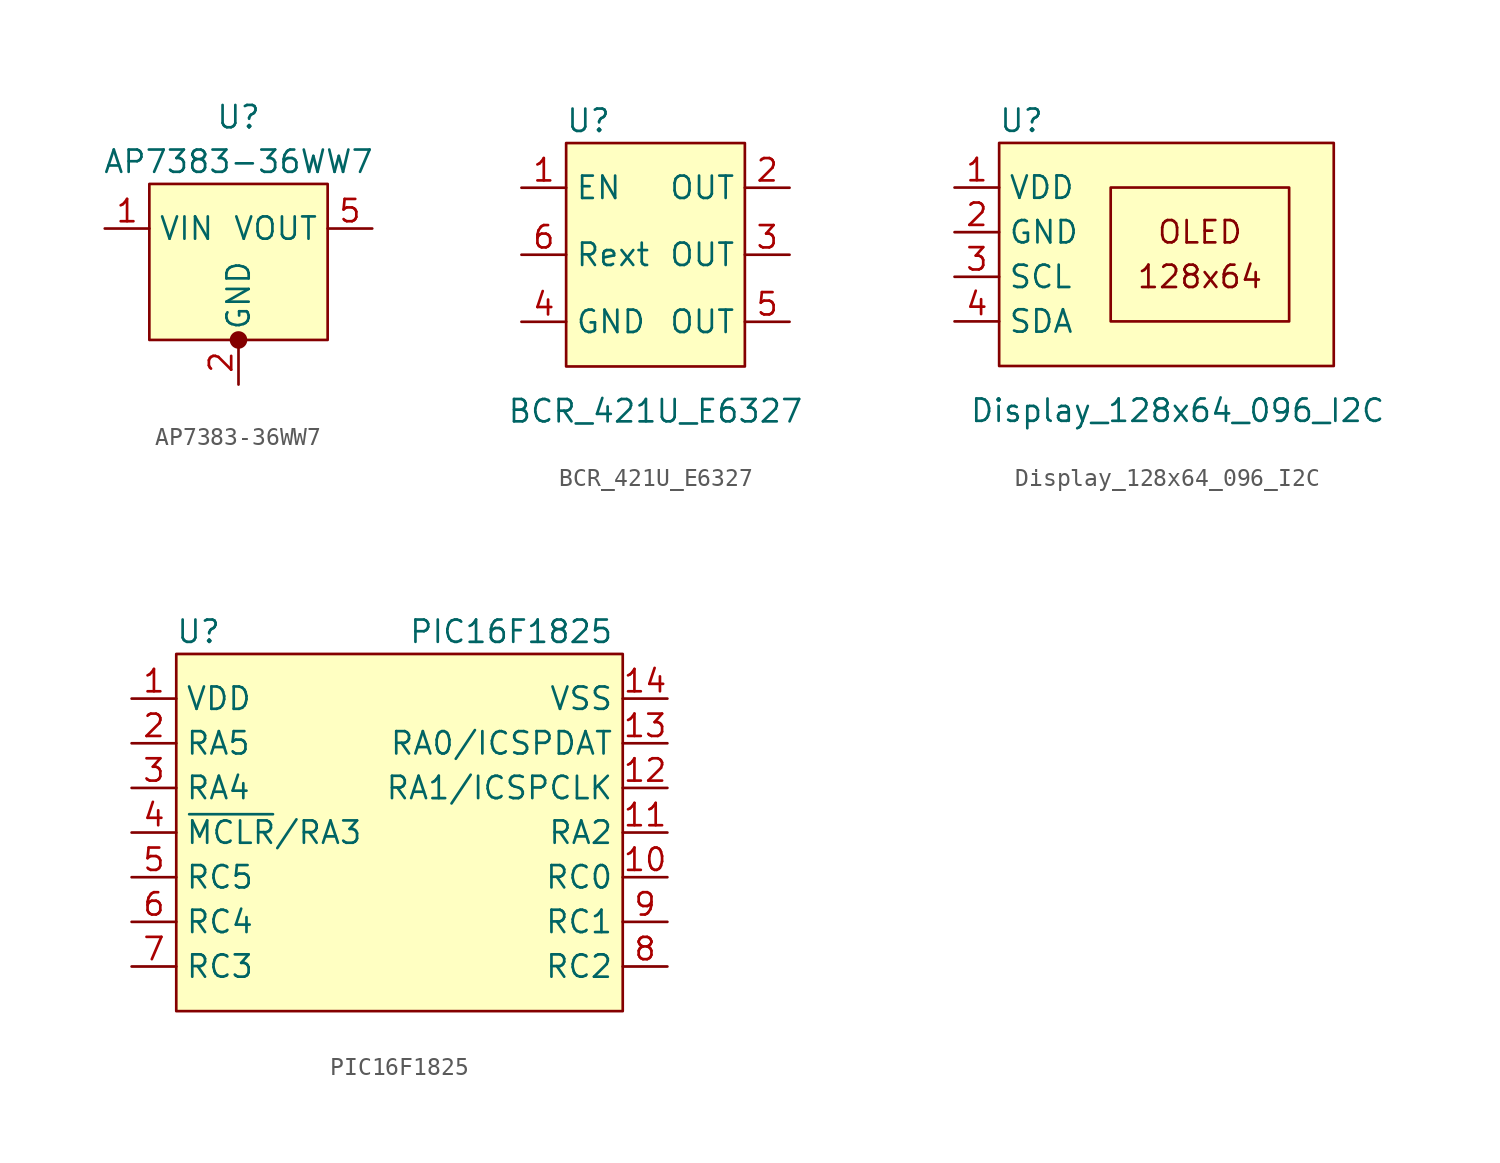
<source format=kicad_sym>
(kicad_symbol_lib
  (version 20211014)
  (generator kicad_symbol_editor)
  (symbol "AP7383-36WW7"
    (property "Reference" "U"
      (at -2.54 17.78 0)
      (effects (font (size 1.27 1.27))))
    (property "Value" "AP7383-36WW7"
      (at -2.54 15.24 0)
      (effects (font (size 1.27 1.27))))
    (symbol "AP7383-36WW7_0_1"
      (rectangle (start -7.62 13.97) (end 2.54 5.08) (stroke (width 0) (type default) (color 0 0 0 0)) (fill (type background)))
      (rectangle (start -2.54 5.08) (end -2.54 5.08) (stroke (width 1) (type default) (color 0 0 0 0)) (fill (type background)))
      (circle (center -2.54 5.08) (radius 0.0001) (stroke (width 0) (type default) (color 0 0 0 0)) (fill (type none))))
    (symbol "AP7383-36WW7_1_1"
      (pin power_in line (at -10.16 11.43 0) (length 2.54) (name "VIN" (effects (font (size 1.27 1.27)))) (number "1" (effects (font (size 1.27 1.27)))))
      (pin power_out line (at -2.54 2.54 90) (length 2.54) (name "GND" (effects (font (size 1.27 1.27)))) (number "2" (effects (font (size 1.27 1.27)))))
      (pin power_out line (at 5.08 11.43 180) (length 2.54) (name "VOUT" (effects (font (size 1.27 1.27)))) (number "5" (effects (font (size 1.27 1.27)))))))
  (symbol "BCR_421U_E6327"
    (property "Reference" "U"
      (at -3.81 7.62 0)
      (effects (font (size 1.27 1.27))))
    (property "Value" "BCR_421U_E6327"
      (at 0 -8.89 0)
      (effects (font (size 1.27 1.27))))
    (symbol "BCR_421U_E6327_0_0"
      (rectangle (start -5.08 6.35) (end 5.08 -6.35) (stroke (width 0) (type default) (color 0 0 0 0)) (fill (type background))))
    (symbol "BCR_421U_E6327_1_1"
      (pin input line (at -7.62 3.81 0) (length 2.54) (name "EN" (effects (font (size 1.27 1.27)))) (number "1" (effects (font (size 1.27 1.27)))))
      (pin power_out line (at 7.62 3.81 180) (length 2.54) (name "OUT" (effects (font (size 1.27 1.27)))) (number "2" (effects (font (size 1.27 1.27)))))
      (pin power_out line (at 7.62 0 180) (length 2.54) (name "OUT" (effects (font (size 1.27 1.27)))) (number "3" (effects (font (size 1.27 1.27)))))
      (pin power_out line (at -7.62 -3.81 0) (length 2.54) (name "GND" (effects (font (size 1.27 1.27)))) (number "4" (effects (font (size 1.27 1.27)))))
      (pin power_out line (at 7.62 -3.81 180) (length 2.54) (name "OUT" (effects (font (size 1.27 1.27)))) (number "5" (effects (font (size 1.27 1.27)))))
      (pin passive line (at -7.62 0 0) (length 2.54) (name "Rext" (effects (font (size 1.27 1.27)))) (number "6" (effects (font (size 1.27 1.27)))))))
  (symbol "Display_128x64_096_I2C"
    (property "Reference" "U"
      (at -7.62 7.62 0)
      (effects (font (size 1.27 1.27))))
    (property "Value" "Display_128x64_096_I2C"
      (at 1.27 -8.89 0)
      (effects (font (size 1.27 1.27))))
    (symbol "Display_128x64_096_I2C_0_0"
      (text "128x64" (at 2.54 -1.27 0) (effects (font (size 1.27 1.27))))
      (text "OLED" (at 2.54 1.27 0) (effects (font (size 1.27 1.27)))))
    (symbol "Display_128x64_096_I2C_0_1"
      (rectangle (start -8.89 6.35) (end 10.16 -6.35) (stroke (width 0) (type default) (color 0 0 0 0)) (fill (type background)))
      (rectangle (start -2.54 3.81) (end 7.62 -3.81) (stroke (width 0) (type default) (color 0 0 0 0)) (fill (type none))))
    (symbol "Display_128x64_096_I2C_1_1"
      (pin power_in line (at -11.43 3.81 0) (length 2.54) (name "VDD" (effects (font (size 1.27 1.27)))) (number "1" (effects (font (size 1.27 1.27)))))
      (pin power_out line (at -11.43 1.27 0) (length 2.54) (name "GND" (effects (font (size 1.27 1.27)))) (number "2" (effects (font (size 1.27 1.27)))))
      (pin bidirectional line (at -11.43 -1.27 0) (length 2.54) (name "SCL" (effects (font (size 1.27 1.27)))) (number "3" (effects (font (size 1.27 1.27)))))
      (pin bidirectional line (at -11.43 -3.81 0) (length 2.54) (name "SDA" (effects (font (size 1.27 1.27)))) (number "4" (effects (font (size 1.27 1.27)))))))
  (symbol "PIC16F1825"
    (property "Reference" "U"
      (at -11.43 11.43 0)
      (effects (font (size 1.27 1.27))))
    (property "Value" "PIC16F1825"
      (at 6.35 11.43 0)
      (effects (font (size 1.27 1.27))))
    (symbol "PIC16F1825_0_1"
      (rectangle (start -12.7 10.16) (end 12.7 -10.16) (stroke (width 0) (type default) (color 0 0 0 0)) (fill (type background))))
    (symbol "PIC16F1825_1_1"
      (pin input line (at -15.24 7.62 0) (length 2.54) (name "VDD" (effects (font (size 1.27 1.27)))) (number "1" (effects (font (size 1.27 1.27)))))
      (pin bidirectional line (at 15.24 -2.54 180) (length 2.54) (name "RC0" (effects (font (size 1.27 1.27)))) (number "10" (effects (font (size 1.27 1.27)))))
      (pin bidirectional line (at 15.24 0 180) (length 2.54) (name "RA2" (effects (font (size 1.27 1.27)))) (number "11" (effects (font (size 1.27 1.27)))))
      (pin bidirectional line (at 15.24 2.54 180) (length 2.54) (name "RA1/ICSPCLK" (effects (font (size 1.27 1.27)))) (number "12" (effects (font (size 1.27 1.27)))))
      (pin bidirectional line (at 15.24 5.08 180) (length 2.54) (name "RA0/ICSPDAT" (effects (font (size 1.27 1.27)))) (number "13" (effects (font (size 1.27 1.27)))))
      (pin input line (at 15.24 7.62 180) (length 2.54) (name "VSS" (effects (font (size 1.27 1.27)))) (number "14" (effects (font (size 1.27 1.27)))))
      (pin bidirectional line (at -15.24 5.08 0) (length 2.54) (name "RA5" (effects (font (size 1.27 1.27)))) (number "2" (effects (font (size 1.27 1.27)))))
      (pin bidirectional line (at -15.24 2.54 0) (length 2.54) (name "RA4" (effects (font (size 1.27 1.27)))) (number "3" (effects (font (size 1.27 1.27)))))
      (pin input line (at -15.24 0 0) (length 2.54) (name "~{MCLR}/RA3" (effects (font (size 1.27 1.27)))) (number "4" (effects (font (size 1.27 1.27)))))
      (pin bidirectional line (at -15.24 -2.54 0) (length 2.54) (name "RC5" (effects (font (size 1.27 1.27)))) (number "5" (effects (font (size 1.27 1.27)))))
      (pin bidirectional line (at -15.24 -5.08 0) (length 2.54) (name "RC4" (effects (font (size 1.27 1.27)))) (number "6" (effects (font (size 1.27 1.27)))))
      (pin bidirectional line (at -15.24 -7.62 0) (length 2.54) (name "RC3" (effects (font (size 1.27 1.27)))) (number "7" (effects (font (size 1.27 1.27)))))
      (pin bidirectional line (at 15.24 -7.62 180) (length 2.54) (name "RC2" (effects (font (size 1.27 1.27)))) (number "8" (effects (font (size 1.27 1.27)))))
      (pin bidirectional line (at 15.24 -5.08 180) (length 2.54) (name "RC1" (effects (font (size 1.27 1.27)))) (number "9" (effects (font (size 1.27 1.27))))))))
</source>
